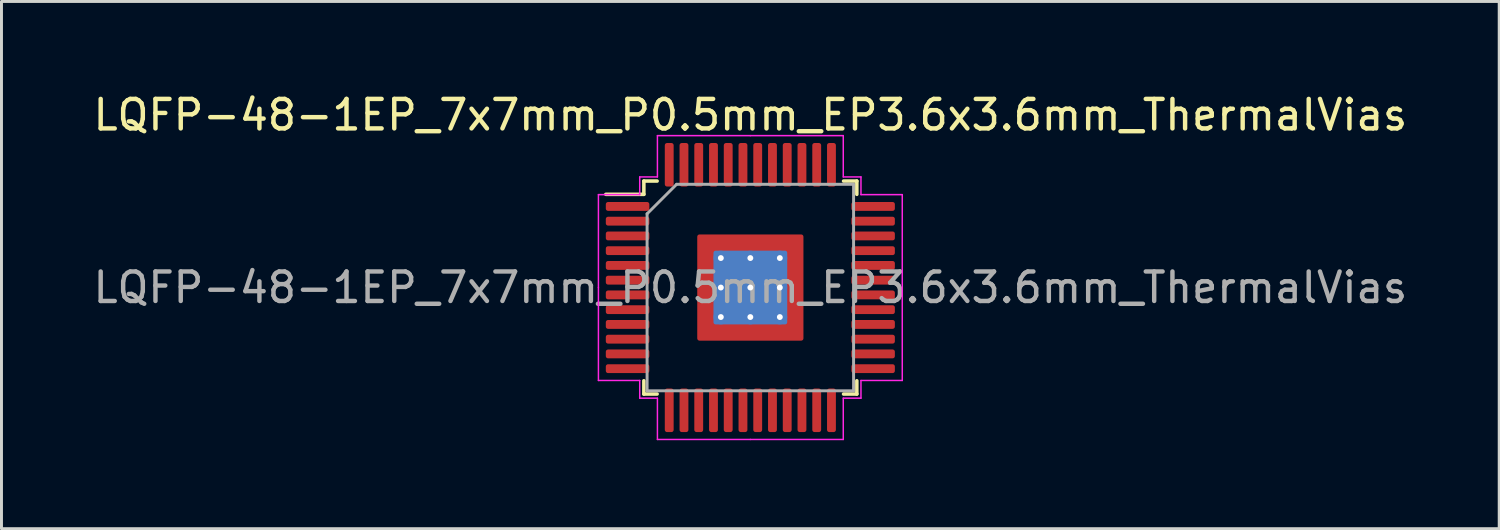
<source format=kicad_pcb>
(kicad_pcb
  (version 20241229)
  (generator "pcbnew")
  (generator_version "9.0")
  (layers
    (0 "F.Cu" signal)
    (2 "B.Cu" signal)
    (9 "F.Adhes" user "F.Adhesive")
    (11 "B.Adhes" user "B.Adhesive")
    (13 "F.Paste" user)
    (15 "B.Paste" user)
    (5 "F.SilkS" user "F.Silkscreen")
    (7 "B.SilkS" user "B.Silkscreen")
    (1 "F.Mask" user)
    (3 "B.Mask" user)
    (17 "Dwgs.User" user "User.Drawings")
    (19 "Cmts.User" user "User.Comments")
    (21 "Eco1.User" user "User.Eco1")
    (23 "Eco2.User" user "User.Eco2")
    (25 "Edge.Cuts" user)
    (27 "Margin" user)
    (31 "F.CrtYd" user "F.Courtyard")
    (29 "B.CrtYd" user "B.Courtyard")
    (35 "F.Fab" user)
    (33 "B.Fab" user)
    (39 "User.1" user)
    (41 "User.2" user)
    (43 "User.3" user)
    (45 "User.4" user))
  (footprint "LQFP-48-1EP_7x7mm_P0.5mm_EP3.6x3.6mm_ThermalVias"
    (layer "F.Cu")
    (at 22.387 6.698)
    (property "Reference" "LQFP-48-1EP_7x7mm_P0.5mm_EP3.6x3.6mm_ThermalVias" (at 0 -5.85 0) (layer "F.SilkS") (effects (font (size 1 1) (thickness 0.15))))
    (attr smd)
    (fp_line (start -3.61 -3.61) (end -3.61 -3.16) (stroke (width 0.12) (type solid)) (layer "F.SilkS"))
    (fp_line (start -3.61 -3.16) (end -4.9 -3.16) (stroke (width 0.12) (type solid)) (layer "F.SilkS"))
    (fp_line (start -3.61 3.61) (end -3.61 3.16) (stroke (width 0.12) (type solid)) (layer "F.SilkS"))
    (fp_line (start -3.16 -3.61) (end -3.61 -3.61) (stroke (width 0.12) (type solid)) (layer "F.SilkS"))
    (fp_line (start -3.16 3.61) (end -3.61 3.61) (stroke (width 0.12) (type solid)) (layer "F.SilkS"))
    (fp_line (start 3.16 -3.61) (end 3.61 -3.61) (stroke (width 0.12) (type solid)) (layer "F.SilkS"))
    (fp_line (start 3.16 3.61) (end 3.61 3.61) (stroke (width 0.12) (type solid)) (layer "F.SilkS"))
    (fp_line (start 3.61 -3.61) (end 3.61 -3.16) (stroke (width 0.12) (type solid)) (layer "F.SilkS"))
    (fp_line (start 3.61 3.61) (end 3.61 3.16) (stroke (width 0.12) (type solid)) (layer "F.SilkS"))
    (fp_line (start -5.15 -3.15) (end -5.15 0) (stroke (width 0.05) (type solid)) (layer "F.CrtYd"))
    (fp_line (start -5.15 3.15) (end -5.15 0) (stroke (width 0.05) (type solid)) (layer "F.CrtYd"))
    (fp_line (start -3.75 -3.75) (end -3.75 -3.15) (stroke (width 0.05) (type solid)) (layer "F.CrtYd"))
    (fp_line (start -3.75 -3.15) (end -5.15 -3.15) (stroke (width 0.05) (type solid)) (layer "F.CrtYd"))
    (fp_line (start -3.75 3.15) (end -5.15 3.15) (stroke (width 0.05) (type solid)) (layer "F.CrtYd"))
    (fp_line (start -3.75 3.75) (end -3.75 3.15) (stroke (width 0.05) (type solid)) (layer "F.CrtYd"))
    (fp_line (start -3.15 -5.15) (end -3.15 -3.75) (stroke (width 0.05) (type solid)) (layer "F.CrtYd"))
    (fp_line (start -3.15 -3.75) (end -3.75 -3.75) (stroke (width 0.05) (type solid)) (layer "F.CrtYd"))
    (fp_line (start -3.15 3.75) (end -3.75 3.75) (stroke (width 0.05) (type solid)) (layer "F.CrtYd"))
    (fp_line (start -3.15 5.15) (end -3.15 3.75) (stroke (width 0.05) (type solid)) (layer "F.CrtYd"))
    (fp_line (start 0 -5.15) (end -3.15 -5.15) (stroke (width 0.05) (type solid)) (layer "F.CrtYd"))
    (fp_line (start 0 -5.15) (end 3.15 -5.15) (stroke (width 0.05) (type solid)) (layer "F.CrtYd"))
    (fp_line (start 0 5.15) (end -3.15 5.15) (stroke (width 0.05) (type solid)) (layer "F.CrtYd"))
    (fp_line (start 0 5.15) (end 3.15 5.15) (stroke (width 0.05) (type solid)) (layer "F.CrtYd"))
    (fp_line (start 3.15 -5.15) (end 3.15 -3.75) (stroke (width 0.05) (type solid)) (layer "F.CrtYd"))
    (fp_line (start 3.15 -3.75) (end 3.75 -3.75) (stroke (width 0.05) (type solid)) (layer "F.CrtYd"))
    (fp_line (start 3.15 3.75) (end 3.75 3.75) (stroke (width 0.05) (type solid)) (layer "F.CrtYd"))
    (fp_line (start 3.15 5.15) (end 3.15 3.75) (stroke (width 0.05) (type solid)) (layer "F.CrtYd"))
    (fp_line (start 3.75 -3.75) (end 3.75 -3.15) (stroke (width 0.05) (type solid)) (layer "F.CrtYd"))
    (fp_line (start 3.75 -3.15) (end 5.15 -3.15) (stroke (width 0.05) (type solid)) (layer "F.CrtYd"))
    (fp_line (start 3.75 3.15) (end 5.15 3.15) (stroke (width 0.05) (type solid)) (layer "F.CrtYd"))
    (fp_line (start 3.75 3.75) (end 3.75 3.15) (stroke (width 0.05) (type solid)) (layer "F.CrtYd"))
    (fp_line (start 5.15 -3.15) (end 5.15 0) (stroke (width 0.05) (type solid)) (layer "F.CrtYd"))
    (fp_line (start 5.15 3.15) (end 5.15 0) (stroke (width 0.05) (type solid)) (layer "F.CrtYd"))
    (fp_line (start -3.5 -2.5) (end -2.5 -3.5) (stroke (width 0.1) (type solid)) (layer "F.Fab"))
    (fp_line (start -3.5 3.5) (end -3.5 -2.5) (stroke (width 0.1) (type solid)) (layer "F.Fab"))
    (fp_line (start -2.5 -3.5) (end 3.5 -3.5) (stroke (width 0.1) (type solid)) (layer "F.Fab"))
    (fp_line (start 3.5 -3.5) (end 3.5 3.5) (stroke (width 0.1) (type solid)) (layer "F.Fab"))
    (fp_line (start 3.5 3.5) (end -3.5 3.5) (stroke (width 0.1) (type solid)) (layer "F.Fab"))
    (fp_text user "${REFERENCE}" (at 0 0 0) (layer "F.Fab") (effects (font (size 1 1) (thickness 0.15))))
    (pad "" smd custom (at -1.4 -1.4) (size 0.555 0.555) (layers "F.Paste") (options (anchor circle)) (primitives (gr_poly (pts (xy -0.232 -0.232) (xy 0.232 -0.232) (xy 0.232 0.157) (xy 0.157 0.232) (xy -0.232 0.232)) (width 0.181) (fill yes))))
    (pad "" smd custom (at -1.4 -0.5) (size 0.568 0.568) (layers "F.Paste") (options (anchor circle)) (primitives (gr_poly (pts (xy -0.246 -0.326) (xy 0.182 -0.326) (xy 0.246 -0.263) (xy 0.246 0.263) (xy 0.182 0.326) (xy -0.246 0.326)) (width 0.153) (fill yes))))
    (pad "" smd custom (at -1.4 0.5) (size 0.568 0.568) (layers "F.Paste") (options (anchor circle)) (primitives (gr_poly (pts (xy -0.246 -0.326) (xy 0.182 -0.326) (xy 0.246 -0.263) (xy 0.246 0.263) (xy 0.182 0.326) (xy -0.246 0.326)) (width 0.153) (fill yes))))
    (pad "" smd custom (at -1.4 1.4) (size 0.555 0.555) (layers "F.Paste") (options (anchor circle)) (primitives (gr_poly (pts (xy -0.232 -0.232) (xy 0.157 -0.232) (xy 0.232 -0.157) (xy 0.232 0.232) (xy -0.232 0.232)) (width 0.181) (fill yes))))
    (pad "" smd custom (at -0.5 -1.4) (size 0.568 0.568) (layers "F.Paste") (options (anchor circle)) (primitives (gr_poly (pts (xy -0.326 -0.246) (xy 0.326 -0.246) (xy 0.326 0.182) (xy 0.263 0.246) (xy -0.263 0.246) (xy -0.326 0.182)) (width 0.153) (fill yes))))
    (pad "" smd roundrect (at -0.5 -0.5) (size 0.806 0.806) (layers "F.Paste") (roundrect_rratio 0.25))
    (pad "" smd roundrect (at -0.5 0.5) (size 0.806 0.806) (layers "F.Paste") (roundrect_rratio 0.25))
    (pad "" smd custom (at -0.5 1.4) (size 0.568 0.568) (layers "F.Paste") (options (anchor circle)) (primitives (gr_poly (pts (xy -0.326 -0.182) (xy -0.263 -0.246) (xy 0.263 -0.246) (xy 0.326 -0.182) (xy 0.326 0.246) (xy -0.326 0.246)) (width 0.153) (fill yes))))
    (pad "" smd custom (at 0.5 -1.4) (size 0.568 0.568) (layers "F.Paste") (options (anchor circle)) (primitives (gr_poly (pts (xy -0.326 -0.246) (xy 0.326 -0.246) (xy 0.326 0.182) (xy 0.263 0.246) (xy -0.263 0.246) (xy -0.326 0.182)) (width 0.153) (fill yes))))
    (pad "" smd roundrect (at 0.5 -0.5) (size 0.806 0.806) (layers "F.Paste") (roundrect_rratio 0.25))
    (pad "" smd roundrect (at 0.5 0.5) (size 0.806 0.806) (layers "F.Paste") (roundrect_rratio 0.25))
    (pad "" smd custom (at 0.5 1.4) (size 0.568 0.568) (layers "F.Paste") (options (anchor circle)) (primitives (gr_poly (pts (xy -0.326 -0.182) (xy -0.263 -0.246) (xy 0.263 -0.246) (xy 0.326 -0.182) (xy 0.326 0.246) (xy -0.326 0.246)) (width 0.153) (fill yes))))
    (pad "" smd custom (at 1.4 -1.4) (size 0.555 0.555) (layers "F.Paste") (options (anchor circle)) (primitives (gr_poly (pts (xy -0.232 -0.232) (xy 0.232 -0.232) (xy 0.232 0.232) (xy -0.157 0.232) (xy -0.232 0.157)) (width 0.181) (fill yes))))
    (pad "" smd custom (at 1.4 -0.5) (size 0.568 0.568) (layers "F.Paste") (options (anchor circle)) (primitives (gr_poly (pts (xy -0.246 -0.263) (xy -0.182 -0.326) (xy 0.246 -0.326) (xy 0.246 0.326) (xy -0.182 0.326) (xy -0.246 0.263)) (width 0.153) (fill yes))))
    (pad "" smd custom (at 1.4 0.5) (size 0.568 0.568) (layers "F.Paste") (options (anchor circle)) (primitives (gr_poly (pts (xy -0.246 -0.263) (xy -0.182 -0.326) (xy 0.246 -0.326) (xy 0.246 0.326) (xy -0.182 0.326) (xy -0.246 0.263)) (width 0.153) (fill yes))))
    (pad "" smd custom (at 1.4 1.4) (size 0.555 0.555) (layers "F.Paste") (options (anchor circle)) (primitives (gr_poly (pts (xy -0.232 -0.157) (xy -0.157 -0.232) (xy 0.232 -0.232) (xy 0.232 0.232) (xy -0.232 0.232)) (width 0.181) (fill yes))))
    (pad "1" smd roundrect (at -4.162 -2.75) (size 1.475 0.3) (layers "F.Cu" "F.Mask" "F.Paste") (roundrect_rratio 0.25))
    (pad "2" smd roundrect (at -4.162 -2.25) (size 1.475 0.3) (layers "F.Cu" "F.Mask" "F.Paste") (roundrect_rratio 0.25))
    (pad "3" smd roundrect (at -4.162 -1.75) (size 1.475 0.3) (layers "F.Cu" "F.Mask" "F.Paste") (roundrect_rratio 0.25))
    (pad "4" smd roundrect (at -4.162 -1.25) (size 1.475 0.3) (layers "F.Cu" "F.Mask" "F.Paste") (roundrect_rratio 0.25))
    (pad "5" smd roundrect (at -4.162 -0.75) (size 1.475 0.3) (layers "F.Cu" "F.Mask" "F.Paste") (roundrect_rratio 0.25))
    (pad "6" smd roundrect (at -4.162 -0.25) (size 1.475 0.3) (layers "F.Cu" "F.Mask" "F.Paste") (roundrect_rratio 0.25))
    (pad "7" smd roundrect (at -4.162 0.25) (size 1.475 0.3) (layers "F.Cu" "F.Mask" "F.Paste") (roundrect_rratio 0.25))
    (pad "8" smd roundrect (at -4.162 0.75) (size 1.475 0.3) (layers "F.Cu" "F.Mask" "F.Paste") (roundrect_rratio 0.25))
    (pad "9" smd roundrect (at -4.162 1.25) (size 1.475 0.3) (layers "F.Cu" "F.Mask" "F.Paste") (roundrect_rratio 0.25))
    (pad "10" smd roundrect (at -4.162 1.75) (size 1.475 0.3) (layers "F.Cu" "F.Mask" "F.Paste") (roundrect_rratio 0.25))
    (pad "11" smd roundrect (at -4.162 2.25) (size 1.475 0.3) (layers "F.Cu" "F.Mask" "F.Paste") (roundrect_rratio 0.25))
    (pad "12" smd roundrect (at -4.162 2.75) (size 1.475 0.3) (layers "F.Cu" "F.Mask" "F.Paste") (roundrect_rratio 0.25))
    (pad "13" smd roundrect (at -2.75 4.162) (size 0.3 1.475) (layers "F.Cu" "F.Mask" "F.Paste") (roundrect_rratio 0.25))
    (pad "14" smd roundrect (at -2.25 4.162) (size 0.3 1.475) (layers "F.Cu" "F.Mask" "F.Paste") (roundrect_rratio 0.25))
    (pad "15" smd roundrect (at -1.75 4.162) (size 0.3 1.475) (layers "F.Cu" "F.Mask" "F.Paste") (roundrect_rratio 0.25))
    (pad "16" smd roundrect (at -1.25 4.162) (size 0.3 1.475) (layers "F.Cu" "F.Mask" "F.Paste") (roundrect_rratio 0.25))
    (pad "17" smd roundrect (at -0.75 4.162) (size 0.3 1.475) (layers "F.Cu" "F.Mask" "F.Paste") (roundrect_rratio 0.25))
    (pad "18" smd roundrect (at -0.25 4.162) (size 0.3 1.475) (layers "F.Cu" "F.Mask" "F.Paste") (roundrect_rratio 0.25))
    (pad "19" smd roundrect (at 0.25 4.162) (size 0.3 1.475) (layers "F.Cu" "F.Mask" "F.Paste") (roundrect_rratio 0.25))
    (pad "20" smd roundrect (at 0.75 4.162) (size 0.3 1.475) (layers "F.Cu" "F.Mask" "F.Paste") (roundrect_rratio 0.25))
    (pad "21" smd roundrect (at 1.25 4.162) (size 0.3 1.475) (layers "F.Cu" "F.Mask" "F.Paste") (roundrect_rratio 0.25))
    (pad "22" smd roundrect (at 1.75 4.162) (size 0.3 1.475) (layers "F.Cu" "F.Mask" "F.Paste") (roundrect_rratio 0.25))
    (pad "23" smd roundrect (at 2.25 4.162) (size 0.3 1.475) (layers "F.Cu" "F.Mask" "F.Paste") (roundrect_rratio 0.25))
    (pad "24" smd roundrect (at 2.75 4.162) (size 0.3 1.475) (layers "F.Cu" "F.Mask" "F.Paste") (roundrect_rratio 0.25))
    (pad "25" smd roundrect (at 4.162 2.75) (size 1.475 0.3) (layers "F.Cu" "F.Mask" "F.Paste") (roundrect_rratio 0.25))
    (pad "26" smd roundrect (at 4.162 2.25) (size 1.475 0.3) (layers "F.Cu" "F.Mask" "F.Paste") (roundrect_rratio 0.25))
    (pad "27" smd roundrect (at 4.162 1.75) (size 1.475 0.3) (layers "F.Cu" "F.Mask" "F.Paste") (roundrect_rratio 0.25))
    (pad "28" smd roundrect (at 4.162 1.25) (size 1.475 0.3) (layers "F.Cu" "F.Mask" "F.Paste") (roundrect_rratio 0.25))
    (pad "29" smd roundrect (at 4.162 0.75) (size 1.475 0.3) (layers "F.Cu" "F.Mask" "F.Paste") (roundrect_rratio 0.25))
    (pad "30" smd roundrect (at 4.162 0.25) (size 1.475 0.3) (layers "F.Cu" "F.Mask" "F.Paste") (roundrect_rratio 0.25))
    (pad "31" smd roundrect (at 4.162 -0.25) (size 1.475 0.3) (layers "F.Cu" "F.Mask" "F.Paste") (roundrect_rratio 0.25))
    (pad "32" smd roundrect (at 4.162 -0.75) (size 1.475 0.3) (layers "F.Cu" "F.Mask" "F.Paste") (roundrect_rratio 0.25))
    (pad "33" smd roundrect (at 4.162 -1.25) (size 1.475 0.3) (layers "F.Cu" "F.Mask" "F.Paste") (roundrect_rratio 0.25))
    (pad "34" smd roundrect (at 4.162 -1.75) (size 1.475 0.3) (layers "F.Cu" "F.Mask" "F.Paste") (roundrect_rratio 0.25))
    (pad "35" smd roundrect (at 4.162 -2.25) (size 1.475 0.3) (layers "F.Cu" "F.Mask" "F.Paste") (roundrect_rratio 0.25))
    (pad "36" smd roundrect (at 4.162 -2.75) (size 1.475 0.3) (layers "F.Cu" "F.Mask" "F.Paste") (roundrect_rratio 0.25))
    (pad "37" smd roundrect (at 2.75 -4.162) (size 0.3 1.475) (layers "F.Cu" "F.Mask" "F.Paste") (roundrect_rratio 0.25))
    (pad "38" smd roundrect (at 2.25 -4.162) (size 0.3 1.475) (layers "F.Cu" "F.Mask" "F.Paste") (roundrect_rratio 0.25))
    (pad "39" smd roundrect (at 1.75 -4.162) (size 0.3 1.475) (layers "F.Cu" "F.Mask" "F.Paste") (roundrect_rratio 0.25))
    (pad "40" smd roundrect (at 1.25 -4.162) (size 0.3 1.475) (layers "F.Cu" "F.Mask" "F.Paste") (roundrect_rratio 0.25))
    (pad "41" smd roundrect (at 0.75 -4.162) (size 0.3 1.475) (layers "F.Cu" "F.Mask" "F.Paste") (roundrect_rratio 0.25))
    (pad "42" smd roundrect (at 0.25 -4.162) (size 0.3 1.475) (layers "F.Cu" "F.Mask" "F.Paste") (roundrect_rratio 0.25))
    (pad "43" smd roundrect (at -0.25 -4.162) (size 0.3 1.475) (layers "F.Cu" "F.Mask" "F.Paste") (roundrect_rratio 0.25))
    (pad "44" smd roundrect (at -0.75 -4.162) (size 0.3 1.475) (layers "F.Cu" "F.Mask" "F.Paste") (roundrect_rratio 0.25))
    (pad "45" smd roundrect (at -1.25 -4.162) (size 0.3 1.475) (layers "F.Cu" "F.Mask" "F.Paste") (roundrect_rratio 0.25))
    (pad "46" smd roundrect (at -1.75 -4.162) (size 0.3 1.475) (layers "F.Cu" "F.Mask" "F.Paste") (roundrect_rratio 0.25))
    (pad "47" smd roundrect (at -2.25 -4.162) (size 0.3 1.475) (layers "F.Cu" "F.Mask" "F.Paste") (roundrect_rratio 0.25))
    (pad "48" smd roundrect (at -2.75 -4.162) (size 0.3 1.475) (layers "F.Cu" "F.Mask" "F.Paste") (roundrect_rratio 0.25))
    (pad "49" thru_hole circle (at -1 -1) (size 0.5 0.5) (drill 0.2) (layers "*.Cu"))
    (pad "49" thru_hole circle (at -1 0) (size 0.5 0.5) (drill 0.2) (layers "*.Cu"))
    (pad "49" thru_hole circle (at -1 1) (size 0.5 0.5) (drill 0.2) (layers "*.Cu"))
    (pad "49" thru_hole circle (at 0 -1) (size 0.5 0.5) (drill 0.2) (layers "*.Cu"))
    (pad "49" thru_hole circle (at 0 0) (size 0.5 0.5) (drill 0.2) (layers "*.Cu"))
    (pad "49" smd roundrect (at 0 0) (size 2.5 2.5) (layers "B.Cu") (roundrect_rratio 0.03))
    (pad "49" smd roundrect (at 0 0) (size 3.6 3.6) (layers "F.Cu" "F.Mask") (roundrect_rratio 0.021))
    (pad "49" thru_hole circle (at 0 1) (size 0.5 0.5) (drill 0.2) (layers "*.Cu"))
    (pad "49" thru_hole circle (at 1 -1) (size 0.5 0.5) (drill 0.2) (layers "*.Cu"))
    (pad "49" thru_hole circle (at 1 0) (size 0.5 0.5) (drill 0.2) (layers "*.Cu"))
    (pad "49" thru_hole circle (at 1 1) (size 0.5 0.5) (drill 0.2) (layers "*.Cu")))
  (gr_rect
    (start -3 -3)
    (end 47.774 14.873)
    (stroke (width 0.1) (type default))
    (fill no)
    (layer "Edge.Cuts")))
</source>
